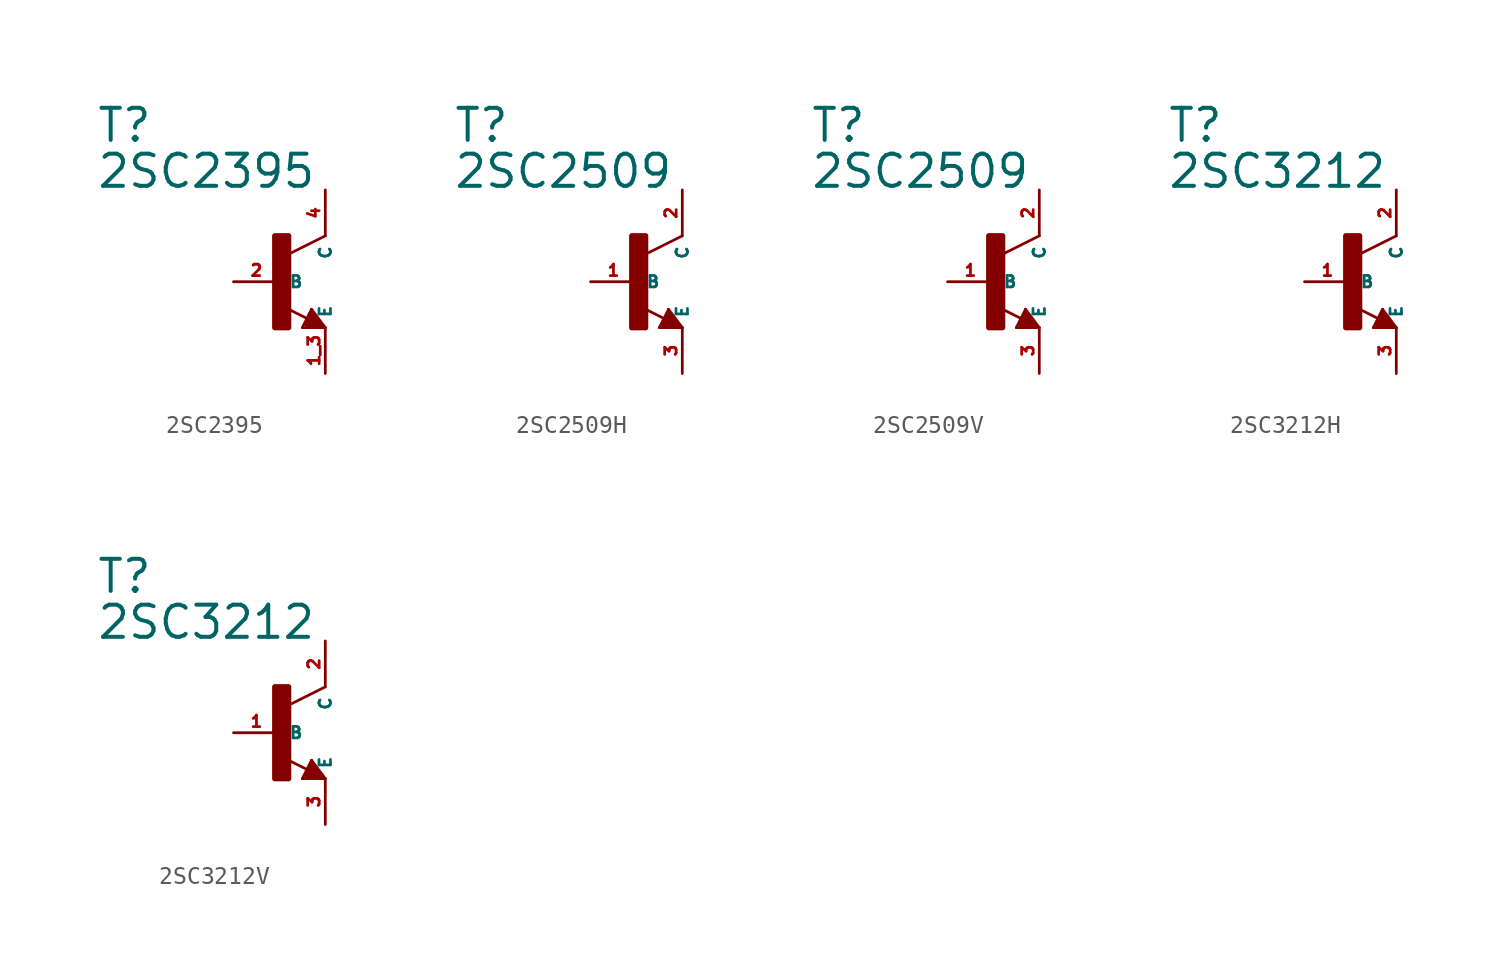
<source format=kicad_sym>
(kicad_symbol_lib
  (version 20220914)
  (generator Eagle2Kicad)
  (symbol "2SC2395"
    (property "Reference" "T"
      (at -10.16 7.62 0)
      (effects (font (size 1.778 1.778) (thickness 0.22)) (justify left bottom)))
    (property "Value" "2SC2395"
      (at -10.16 5.08 0)
      (effects (font (size 1.778 1.778) (thickness 0.22)) (justify left bottom)))
    (polyline
      (pts (xy 2.54 2.54) (xy 0.508 1.524))
      (stroke (width 0.152) (type default))
      (fill (type none)))
    (polyline
      (pts (xy 1.778 -1.524) (xy 2.54 -2.54))
      (stroke (width 0.152) (type default))
      (fill (type none)))
    (polyline
      (pts (xy 2.54 -2.54) (xy 1.27 -2.54))
      (stroke (width 0.152) (type default))
      (fill (type none)))
    (polyline
      (pts (xy 1.27 -2.54) (xy 1.778 -1.524))
      (stroke (width 0.152) (type default))
      (fill (type none)))
    (polyline
      (pts (xy 1.54 -2.04) (xy 0.308 -1.424))
      (stroke (width 0.152) (type default))
      (fill (type none)))
    (polyline
      (pts (xy 1.524 -2.413) (xy 2.286 -2.413))
      (stroke (width 0.254) (type default))
      (fill (type none)))
    (polyline
      (pts (xy 2.286 -2.413) (xy 1.778 -1.778))
      (stroke (width 0.254) (type default))
      (fill (type none)))
    (polyline
      (pts (xy 1.778 -1.778) (xy 1.524 -2.286))
      (stroke (width 0.254) (type default))
      (fill (type none)))
    (polyline
      (pts (xy 1.524 -2.286) (xy 1.905 -2.286))
      (stroke (width 0.254) (type default))
      (fill (type none)))
    (polyline
      (pts (xy 1.905 -2.286) (xy 1.778 -2.032))
      (stroke (width 0.254) (type default))
      (fill (type none)))
    (rectangle
      (start -0.254 -2.54)
      (end 0.508 2.54)
      (stroke (width 0.3) (type default))
      (fill (type outline)))
    (pin passive line
      (at -2.54 0 0)
      (length 2.54)
      (name "B" (effects (font (size 0.635 0.635) (thickness 0.08)) (justify left bottom)))
      (number "2" (effects (font (size 0.635 0.635) (thickness 0.08)) (justify left bottom))))
    (pin passive line
      (at 2.54 -5.08 90)
      (length 2.54)
      (name "E" (effects (font (size 0.635 0.635) (thickness 0.08)) (justify left bottom)))
      (number "1 3" (effects (font (size 0.635 0.635) (thickness 0.08)) (justify left bottom))))
    (pin passive line
      (at 2.54 5.08 270)
      (length 2.54)
      (name "C" (effects (font (size 0.635 0.635) (thickness 0.08)) (justify left bottom)))
      (number "4" (effects (font (size 0.635 0.635) (thickness 0.08)) (justify left bottom)))))
  (symbol "2SC2509H"
    (property "Reference" "T"
      (at -10.16 7.62 0)
      (effects (font (size 1.778 1.778) (thickness 0.22)) (justify left bottom)))
    (property "Value" "2SC2509"
      (at -10.16 5.08 0)
      (effects (font (size 1.778 1.778) (thickness 0.22)) (justify left bottom)))
    (polyline
      (pts (xy 2.54 2.54) (xy 0.508 1.524))
      (stroke (width 0.152) (type default))
      (fill (type none)))
    (polyline
      (pts (xy 1.778 -1.524) (xy 2.54 -2.54))
      (stroke (width 0.152) (type default))
      (fill (type none)))
    (polyline
      (pts (xy 2.54 -2.54) (xy 1.27 -2.54))
      (stroke (width 0.152) (type default))
      (fill (type none)))
    (polyline
      (pts (xy 1.27 -2.54) (xy 1.778 -1.524))
      (stroke (width 0.152) (type default))
      (fill (type none)))
    (polyline
      (pts (xy 1.54 -2.04) (xy 0.308 -1.424))
      (stroke (width 0.152) (type default))
      (fill (type none)))
    (polyline
      (pts (xy 1.524 -2.413) (xy 2.286 -2.413))
      (stroke (width 0.254) (type default))
      (fill (type none)))
    (polyline
      (pts (xy 2.286 -2.413) (xy 1.778 -1.778))
      (stroke (width 0.254) (type default))
      (fill (type none)))
    (polyline
      (pts (xy 1.778 -1.778) (xy 1.524 -2.286))
      (stroke (width 0.254) (type default))
      (fill (type none)))
    (polyline
      (pts (xy 1.524 -2.286) (xy 1.905 -2.286))
      (stroke (width 0.254) (type default))
      (fill (type none)))
    (polyline
      (pts (xy 1.905 -2.286) (xy 1.778 -2.032))
      (stroke (width 0.254) (type default))
      (fill (type none)))
    (rectangle
      (start -0.254 -2.54)
      (end 0.508 2.54)
      (stroke (width 0.3) (type default))
      (fill (type outline)))
    (pin passive line
      (at -2.54 0 0)
      (length 2.54)
      (name "B" (effects (font (size 0.635 0.635) (thickness 0.08)) (justify left bottom)))
      (number "1" (effects (font (size 0.635 0.635) (thickness 0.08)) (justify left bottom))))
    (pin passive line
      (at 2.54 -5.08 90)
      (length 2.54)
      (name "E" (effects (font (size 0.635 0.635) (thickness 0.08)) (justify left bottom)))
      (number "3" (effects (font (size 0.635 0.635) (thickness 0.08)) (justify left bottom))))
    (pin passive line
      (at 2.54 5.08 270)
      (length 2.54)
      (name "C" (effects (font (size 0.635 0.635) (thickness 0.08)) (justify left bottom)))
      (number "2" (effects (font (size 0.635 0.635) (thickness 0.08)) (justify left bottom)))))
  (symbol "2SC2509V"
    (property "Reference" "T"
      (at -10.16 7.62 0)
      (effects (font (size 1.778 1.778) (thickness 0.22)) (justify left bottom)))
    (property "Value" "2SC2509"
      (at -10.16 5.08 0)
      (effects (font (size 1.778 1.778) (thickness 0.22)) (justify left bottom)))
    (polyline
      (pts (xy 2.54 2.54) (xy 0.508 1.524))
      (stroke (width 0.152) (type default))
      (fill (type none)))
    (polyline
      (pts (xy 1.778 -1.524) (xy 2.54 -2.54))
      (stroke (width 0.152) (type default))
      (fill (type none)))
    (polyline
      (pts (xy 2.54 -2.54) (xy 1.27 -2.54))
      (stroke (width 0.152) (type default))
      (fill (type none)))
    (polyline
      (pts (xy 1.27 -2.54) (xy 1.778 -1.524))
      (stroke (width 0.152) (type default))
      (fill (type none)))
    (polyline
      (pts (xy 1.54 -2.04) (xy 0.308 -1.424))
      (stroke (width 0.152) (type default))
      (fill (type none)))
    (polyline
      (pts (xy 1.524 -2.413) (xy 2.286 -2.413))
      (stroke (width 0.254) (type default))
      (fill (type none)))
    (polyline
      (pts (xy 2.286 -2.413) (xy 1.778 -1.778))
      (stroke (width 0.254) (type default))
      (fill (type none)))
    (polyline
      (pts (xy 1.778 -1.778) (xy 1.524 -2.286))
      (stroke (width 0.254) (type default))
      (fill (type none)))
    (polyline
      (pts (xy 1.524 -2.286) (xy 1.905 -2.286))
      (stroke (width 0.254) (type default))
      (fill (type none)))
    (polyline
      (pts (xy 1.905 -2.286) (xy 1.778 -2.032))
      (stroke (width 0.254) (type default))
      (fill (type none)))
    (rectangle
      (start -0.254 -2.54)
      (end 0.508 2.54)
      (stroke (width 0.3) (type default))
      (fill (type outline)))
    (pin passive line
      (at -2.54 0 0)
      (length 2.54)
      (name "B" (effects (font (size 0.635 0.635) (thickness 0.08)) (justify left bottom)))
      (number "1" (effects (font (size 0.635 0.635) (thickness 0.08)) (justify left bottom))))
    (pin passive line
      (at 2.54 -5.08 90)
      (length 2.54)
      (name "E" (effects (font (size 0.635 0.635) (thickness 0.08)) (justify left bottom)))
      (number "3" (effects (font (size 0.635 0.635) (thickness 0.08)) (justify left bottom))))
    (pin passive line
      (at 2.54 5.08 270)
      (length 2.54)
      (name "C" (effects (font (size 0.635 0.635) (thickness 0.08)) (justify left bottom)))
      (number "2" (effects (font (size 0.635 0.635) (thickness 0.08)) (justify left bottom)))))
  (symbol "2SC3212H"
    (property "Reference" "T"
      (at -10.16 7.62 0)
      (effects (font (size 1.778 1.778) (thickness 0.22)) (justify left bottom)))
    (property "Value" "2SC3212"
      (at -10.16 5.08 0)
      (effects (font (size 1.778 1.778) (thickness 0.22)) (justify left bottom)))
    (polyline
      (pts (xy 2.54 2.54) (xy 0.508 1.524))
      (stroke (width 0.152) (type default))
      (fill (type none)))
    (polyline
      (pts (xy 1.778 -1.524) (xy 2.54 -2.54))
      (stroke (width 0.152) (type default))
      (fill (type none)))
    (polyline
      (pts (xy 2.54 -2.54) (xy 1.27 -2.54))
      (stroke (width 0.152) (type default))
      (fill (type none)))
    (polyline
      (pts (xy 1.27 -2.54) (xy 1.778 -1.524))
      (stroke (width 0.152) (type default))
      (fill (type none)))
    (polyline
      (pts (xy 1.54 -2.04) (xy 0.308 -1.424))
      (stroke (width 0.152) (type default))
      (fill (type none)))
    (polyline
      (pts (xy 1.524 -2.413) (xy 2.286 -2.413))
      (stroke (width 0.254) (type default))
      (fill (type none)))
    (polyline
      (pts (xy 2.286 -2.413) (xy 1.778 -1.778))
      (stroke (width 0.254) (type default))
      (fill (type none)))
    (polyline
      (pts (xy 1.778 -1.778) (xy 1.524 -2.286))
      (stroke (width 0.254) (type default))
      (fill (type none)))
    (polyline
      (pts (xy 1.524 -2.286) (xy 1.905 -2.286))
      (stroke (width 0.254) (type default))
      (fill (type none)))
    (polyline
      (pts (xy 1.905 -2.286) (xy 1.778 -2.032))
      (stroke (width 0.254) (type default))
      (fill (type none)))
    (rectangle
      (start -0.254 -2.54)
      (end 0.508 2.54)
      (stroke (width 0.3) (type default))
      (fill (type outline)))
    (pin passive line
      (at -2.54 0 0)
      (length 2.54)
      (name "B" (effects (font (size 0.635 0.635) (thickness 0.08)) (justify left bottom)))
      (number "1" (effects (font (size 0.635 0.635) (thickness 0.08)) (justify left bottom))))
    (pin passive line
      (at 2.54 -5.08 90)
      (length 2.54)
      (name "E" (effects (font (size 0.635 0.635) (thickness 0.08)) (justify left bottom)))
      (number "3" (effects (font (size 0.635 0.635) (thickness 0.08)) (justify left bottom))))
    (pin passive line
      (at 2.54 5.08 270)
      (length 2.54)
      (name "C" (effects (font (size 0.635 0.635) (thickness 0.08)) (justify left bottom)))
      (number "2" (effects (font (size 0.635 0.635) (thickness 0.08)) (justify left bottom)))))
  (symbol "2SC3212V"
    (property "Reference" "T"
      (at -10.16 7.62 0)
      (effects (font (size 1.778 1.778) (thickness 0.22)) (justify left bottom)))
    (property "Value" "2SC3212"
      (at -10.16 5.08 0)
      (effects (font (size 1.778 1.778) (thickness 0.22)) (justify left bottom)))
    (polyline
      (pts (xy 2.54 2.54) (xy 0.508 1.524))
      (stroke (width 0.152) (type default))
      (fill (type none)))
    (polyline
      (pts (xy 1.778 -1.524) (xy 2.54 -2.54))
      (stroke (width 0.152) (type default))
      (fill (type none)))
    (polyline
      (pts (xy 2.54 -2.54) (xy 1.27 -2.54))
      (stroke (width 0.152) (type default))
      (fill (type none)))
    (polyline
      (pts (xy 1.27 -2.54) (xy 1.778 -1.524))
      (stroke (width 0.152) (type default))
      (fill (type none)))
    (polyline
      (pts (xy 1.54 -2.04) (xy 0.308 -1.424))
      (stroke (width 0.152) (type default))
      (fill (type none)))
    (polyline
      (pts (xy 1.524 -2.413) (xy 2.286 -2.413))
      (stroke (width 0.254) (type default))
      (fill (type none)))
    (polyline
      (pts (xy 2.286 -2.413) (xy 1.778 -1.778))
      (stroke (width 0.254) (type default))
      (fill (type none)))
    (polyline
      (pts (xy 1.778 -1.778) (xy 1.524 -2.286))
      (stroke (width 0.254) (type default))
      (fill (type none)))
    (polyline
      (pts (xy 1.524 -2.286) (xy 1.905 -2.286))
      (stroke (width 0.254) (type default))
      (fill (type none)))
    (polyline
      (pts (xy 1.905 -2.286) (xy 1.778 -2.032))
      (stroke (width 0.254) (type default))
      (fill (type none)))
    (rectangle
      (start -0.254 -2.54)
      (end 0.508 2.54)
      (stroke (width 0.3) (type default))
      (fill (type outline)))
    (pin passive line
      (at -2.54 0 0)
      (length 2.54)
      (name "B" (effects (font (size 0.635 0.635) (thickness 0.08)) (justify left bottom)))
      (number "1" (effects (font (size 0.635 0.635) (thickness 0.08)) (justify left bottom))))
    (pin passive line
      (at 2.54 -5.08 90)
      (length 2.54)
      (name "E" (effects (font (size 0.635 0.635) (thickness 0.08)) (justify left bottom)))
      (number "3" (effects (font (size 0.635 0.635) (thickness 0.08)) (justify left bottom))))
    (pin passive line
      (at 2.54 5.08 270)
      (length 2.54)
      (name "C" (effects (font (size 0.635 0.635) (thickness 0.08)) (justify left bottom)))
      (number "2" (effects (font (size 0.635 0.635) (thickness 0.08)) (justify left bottom))))))
</source>
